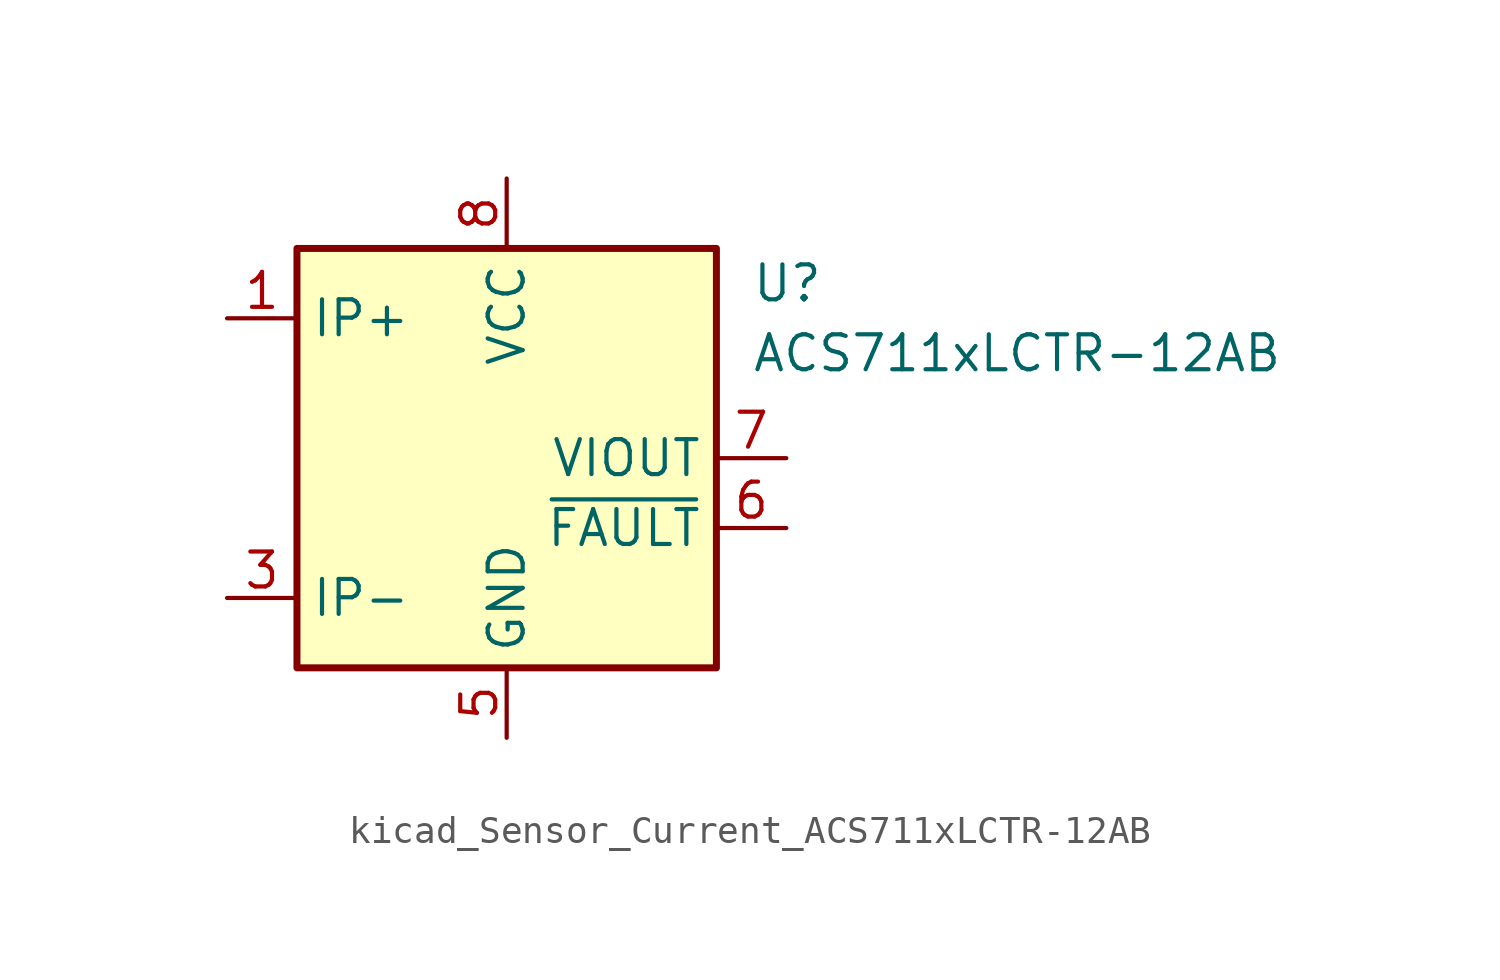
<source format=kicad_sym>
(kicad_symbol_lib
  (version 20220914)
  (generator kicad_symbol_editor)
  (symbol "kicad_Sensor_Current_ACS711xLCTR-12AB"
    (property "Reference" "U"
      (at 8.89 6.35 0)
      (effects (font (size 1.27 1.27)) (justify left)))
    (property "Value" "ACS711xLCTR-12AB"
      (at 8.89 3.81 0)
      (effects (font (size 1.27 1.27)) (justify left)))
    (symbol "kicad_Sensor_Current_ACS711xLCTR-12AB_0_1"
      (rectangle (start -7.62 7.62) (end 7.62 -7.62) (stroke (width 0.254) (type default)) (fill (type background))))
    (symbol "kicad_Sensor_Current_ACS711xLCTR-12AB_1_1"
      (pin passive line (at -10.16 5.08 0) (length 2.54) (name "IP+" (effects (font (size 1.27 1.27)))) (number "1" (effects (font (size 1.27 1.27)))))
      (pin passive line (at -10.16 5.08 0) (length 2.54) hide (name "IP+" (effects (font (size 1.27 1.27)))) (number "2" (effects (font (size 1.27 1.27)))))
      (pin passive line (at -10.16 -5.08 0) (length 2.54) (name "IP-" (effects (font (size 1.27 1.27)))) (number "3" (effects (font (size 1.27 1.27)))))
      (pin passive line (at -10.16 -5.08 0) (length 2.54) hide (name "IP-" (effects (font (size 1.27 1.27)))) (number "4" (effects (font (size 1.27 1.27)))))
      (pin power_in line (at 0 -10.16 90) (length 2.54) (name "GND" (effects (font (size 1.27 1.27)))) (number "5" (effects (font (size 1.27 1.27)))))
      (pin output line (at 10.16 -2.54 180) (length 2.54) (name "~{FAULT}" (effects (font (size 1.27 1.27)))) (number "6" (effects (font (size 1.27 1.27)))))
      (pin output line (at 10.16 0 180) (length 2.54) (name "VIOUT" (effects (font (size 1.27 1.27)))) (number "7" (effects (font (size 1.27 1.27)))))
      (pin power_in line (at 0 10.16 270) (length 2.54) (name "VCC" (effects (font (size 1.27 1.27)))) (number "8" (effects (font (size 1.27 1.27))))))))
</source>
